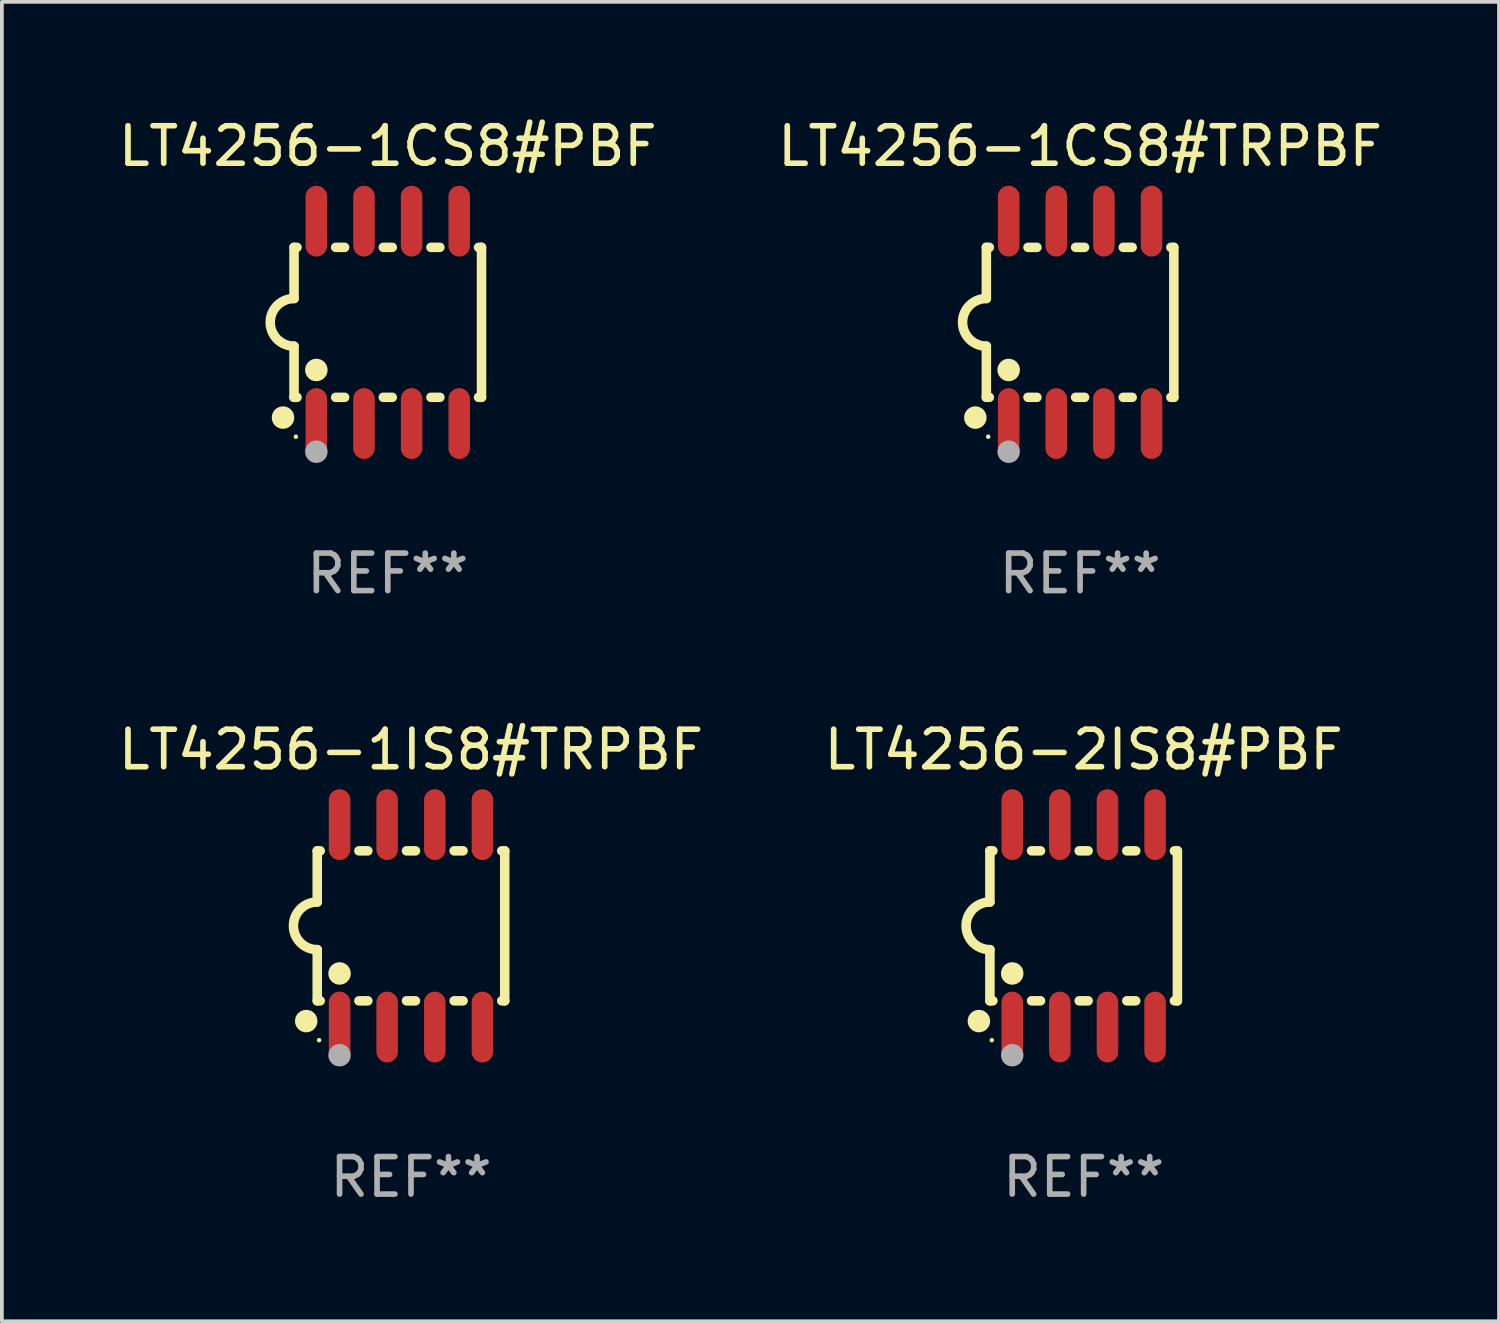
<source format=kicad_pcb>
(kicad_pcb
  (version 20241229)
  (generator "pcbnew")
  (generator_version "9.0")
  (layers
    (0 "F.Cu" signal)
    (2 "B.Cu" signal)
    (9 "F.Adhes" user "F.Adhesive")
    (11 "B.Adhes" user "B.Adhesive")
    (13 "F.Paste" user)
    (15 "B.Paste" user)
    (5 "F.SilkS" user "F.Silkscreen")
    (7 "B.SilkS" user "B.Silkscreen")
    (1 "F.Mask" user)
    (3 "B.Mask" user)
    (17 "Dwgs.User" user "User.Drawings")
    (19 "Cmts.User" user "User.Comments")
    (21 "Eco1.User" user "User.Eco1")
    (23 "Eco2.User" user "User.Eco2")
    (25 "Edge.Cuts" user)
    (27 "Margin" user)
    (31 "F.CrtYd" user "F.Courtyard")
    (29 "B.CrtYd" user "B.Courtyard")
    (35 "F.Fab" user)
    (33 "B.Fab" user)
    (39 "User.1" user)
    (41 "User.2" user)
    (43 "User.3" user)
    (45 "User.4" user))
  (footprint "LT4256-1CS8#PBF"
    (layer "F.Cu")
    (at 7.292 5.547)
    (property "Reference" "LT4256-1CS8#PBF" (at 0 -4.699 0) (layer "F.SilkS") (effects (font (size 1 1) (thickness 0.15))))
    (attr through_hole)
    (fp_line (start -2.5 -2) (end -2.5 -0.635) (stroke (width 0.254) (type solid)) (layer "F.SilkS"))
    (fp_line (start -2.5 -2) (end -2.421 -2) (stroke (width 0.254) (type solid)) (layer "F.SilkS"))
    (fp_line (start -2.5 2) (end -2.5 0.635) (stroke (width 0.254) (type solid)) (layer "F.SilkS"))
    (fp_line (start -2.5 2) (end -2.421 2) (stroke (width 0.254) (type solid)) (layer "F.SilkS"))
    (fp_line (start -1.389 -2) (end -1.151 -2) (stroke (width 0.254) (type solid)) (layer "F.SilkS"))
    (fp_line (start -1.389 2) (end -1.151 2) (stroke (width 0.254) (type solid)) (layer "F.SilkS"))
    (fp_line (start -0.119 -2) (end 0.119 -2) (stroke (width 0.254) (type solid)) (layer "F.SilkS"))
    (fp_line (start -0.119 2) (end 0.119 2) (stroke (width 0.254) (type solid)) (layer "F.SilkS"))
    (fp_line (start 1.151 -2) (end 1.389 -2) (stroke (width 0.254) (type solid)) (layer "F.SilkS"))
    (fp_line (start 1.151 2) (end 1.389 2) (stroke (width 0.254) (type solid)) (layer "F.SilkS"))
    (fp_line (start 2.421 -2) (end 2.5 -2) (stroke (width 0.254) (type solid)) (layer "F.SilkS"))
    (fp_line (start 2.421 2) (end 2.5 2) (stroke (width 0.254) (type solid)) (layer "F.SilkS"))
    (fp_line (start 2.5 -2) (end 2.5 2) (stroke (width 0.254) (type solid)) (layer "F.SilkS"))
    (fp_arc (start -2.5 0.635001) (mid -3.134366 -0.000318) (end -2.499365 -0.635001) (stroke (width 0.254001) (type solid)) (layer "F.SilkS"))
    (fp_circle (center -2.794 2.54) (end -2.644 2.54) (stroke (width 0.3) (type solid)) (fill no) (layer "F.SilkS"))
    (fp_circle (center -2.45 3.05) (end -2.42 3.05) (stroke (width 0.06) (type solid)) (fill no) (layer "F.SilkS"))
    (fp_circle (center -1.905 1.27) (end -1.755 1.27) (stroke (width 0.3) (type solid)) (fill no) (layer "F.SilkS"))
    (fp_circle (center -1.905 3.45) (end -1.755 3.45) (stroke (width 0.3) (type solid)) (fill no) (layer "F.Fab"))
    (fp_text user "REF**" (at 0 6.699 0) (layer "F.Fab") (effects (font (size 1 1) (thickness 0.15))))
    (pad "1" smd oval (at -1.905 2.699) (size 0.574 1.888) (layers "F.Cu" "F.Mask" "F.Paste"))
    (pad "2" smd oval (at -0.635 2.699) (size 0.574 1.888) (layers "F.Cu" "F.Mask" "F.Paste"))
    (pad "3" smd oval (at 0.635 2.699) (size 0.574 1.888) (layers "F.Cu" "F.Mask" "F.Paste"))
    (pad "4" smd oval (at 1.905 2.699) (size 0.574 1.888) (layers "F.Cu" "F.Mask" "F.Paste"))
    (pad "5" smd oval (at 1.905 -2.699) (size 0.574 1.888) (layers "F.Cu" "F.Mask" "F.Paste"))
    (pad "6" smd oval (at 0.635 -2.699) (size 0.574 1.888) (layers "F.Cu" "F.Mask" "F.Paste"))
    (pad "7" smd oval (at -0.635 -2.699) (size 0.574 1.888) (layers "F.Cu" "F.Mask" "F.Paste"))
    (pad "8" smd oval (at -1.905 -2.699) (size 0.574 1.888) (layers "F.Cu" "F.Mask" "F.Paste")))
  (footprint "LT4256-1IS8#TRPBF"
    (layer "F.Cu")
    (at 7.911 21.642)
    (property "Reference" "LT4256-1IS8#TRPBF" (at 0 -4.699 0) (layer "F.SilkS") (effects (font (size 1 1) (thickness 0.15))))
    (attr through_hole)
    (fp_line (start -2.5 -2) (end -2.5 -0.635) (stroke (width 0.254) (type solid)) (layer "F.SilkS"))
    (fp_line (start -2.5 -2) (end -2.421 -2) (stroke (width 0.254) (type solid)) (layer "F.SilkS"))
    (fp_line (start -2.5 2) (end -2.5 0.635) (stroke (width 0.254) (type solid)) (layer "F.SilkS"))
    (fp_line (start -2.5 2) (end -2.421 2) (stroke (width 0.254) (type solid)) (layer "F.SilkS"))
    (fp_line (start -1.389 -2) (end -1.151 -2) (stroke (width 0.254) (type solid)) (layer "F.SilkS"))
    (fp_line (start -1.389 2) (end -1.151 2) (stroke (width 0.254) (type solid)) (layer "F.SilkS"))
    (fp_line (start -0.119 -2) (end 0.119 -2) (stroke (width 0.254) (type solid)) (layer "F.SilkS"))
    (fp_line (start -0.119 2) (end 0.119 2) (stroke (width 0.254) (type solid)) (layer "F.SilkS"))
    (fp_line (start 1.151 -2) (end 1.389 -2) (stroke (width 0.254) (type solid)) (layer "F.SilkS"))
    (fp_line (start 1.151 2) (end 1.389 2) (stroke (width 0.254) (type solid)) (layer "F.SilkS"))
    (fp_line (start 2.421 -2) (end 2.5 -2) (stroke (width 0.254) (type solid)) (layer "F.SilkS"))
    (fp_line (start 2.421 2) (end 2.5 2) (stroke (width 0.254) (type solid)) (layer "F.SilkS"))
    (fp_line (start 2.5 -2) (end 2.5 2) (stroke (width 0.254) (type solid)) (layer "F.SilkS"))
    (fp_arc (start -2.5 0.635001) (mid -3.134366 -0.000318) (end -2.499365 -0.635001) (stroke (width 0.254001) (type solid)) (layer "F.SilkS"))
    (fp_circle (center -2.794 2.54) (end -2.644 2.54) (stroke (width 0.3) (type solid)) (fill no) (layer "F.SilkS"))
    (fp_circle (center -2.45 3.05) (end -2.42 3.05) (stroke (width 0.06) (type solid)) (fill no) (layer "F.SilkS"))
    (fp_circle (center -1.905 1.27) (end -1.755 1.27) (stroke (width 0.3) (type solid)) (fill no) (layer "F.SilkS"))
    (fp_circle (center -1.905 3.45) (end -1.755 3.45) (stroke (width 0.3) (type solid)) (fill no) (layer "F.Fab"))
    (fp_text user "REF**" (at 0 6.699 0) (layer "F.Fab") (effects (font (size 1 1) (thickness 0.15))))
    (pad "1" smd oval (at -1.905 2.699) (size 0.574 1.888) (layers "F.Cu" "F.Mask" "F.Paste"))
    (pad "2" smd oval (at -0.635 2.699) (size 0.574 1.888) (layers "F.Cu" "F.Mask" "F.Paste"))
    (pad "3" smd oval (at 0.635 2.699) (size 0.574 1.888) (layers "F.Cu" "F.Mask" "F.Paste"))
    (pad "4" smd oval (at 1.905 2.699) (size 0.574 1.888) (layers "F.Cu" "F.Mask" "F.Paste"))
    (pad "5" smd oval (at 1.905 -2.699) (size 0.574 1.888) (layers "F.Cu" "F.Mask" "F.Paste"))
    (pad "6" smd oval (at 0.635 -2.699) (size 0.574 1.888) (layers "F.Cu" "F.Mask" "F.Paste"))
    (pad "7" smd oval (at -0.635 -2.699) (size 0.574 1.888) (layers "F.Cu" "F.Mask" "F.Paste"))
    (pad "8" smd oval (at -1.905 -2.699) (size 0.574 1.888) (layers "F.Cu" "F.Mask" "F.Paste")))
  (footprint "LT4256-1CS8#TRPBF"
    (layer "F.Cu")
    (at 25.756 5.547)
    (property "Reference" "LT4256-1CS8#TRPBF" (at 0 -4.699 0) (layer "F.SilkS") (effects (font (size 1 1) (thickness 0.15))))
    (attr through_hole)
    (fp_line (start -2.5 -2) (end -2.5 -0.635) (stroke (width 0.254) (type solid)) (layer "F.SilkS"))
    (fp_line (start -2.5 -2) (end -2.421 -2) (stroke (width 0.254) (type solid)) (layer "F.SilkS"))
    (fp_line (start -2.5 2) (end -2.5 0.635) (stroke (width 0.254) (type solid)) (layer "F.SilkS"))
    (fp_line (start -2.5 2) (end -2.421 2) (stroke (width 0.254) (type solid)) (layer "F.SilkS"))
    (fp_line (start -1.389 -2) (end -1.151 -2) (stroke (width 0.254) (type solid)) (layer "F.SilkS"))
    (fp_line (start -1.389 2) (end -1.151 2) (stroke (width 0.254) (type solid)) (layer "F.SilkS"))
    (fp_line (start -0.119 -2) (end 0.119 -2) (stroke (width 0.254) (type solid)) (layer "F.SilkS"))
    (fp_line (start -0.119 2) (end 0.119 2) (stroke (width 0.254) (type solid)) (layer "F.SilkS"))
    (fp_line (start 1.151 -2) (end 1.389 -2) (stroke (width 0.254) (type solid)) (layer "F.SilkS"))
    (fp_line (start 1.151 2) (end 1.389 2) (stroke (width 0.254) (type solid)) (layer "F.SilkS"))
    (fp_line (start 2.421 -2) (end 2.5 -2) (stroke (width 0.254) (type solid)) (layer "F.SilkS"))
    (fp_line (start 2.421 2) (end 2.5 2) (stroke (width 0.254) (type solid)) (layer "F.SilkS"))
    (fp_line (start 2.5 -2) (end 2.5 2) (stroke (width 0.254) (type solid)) (layer "F.SilkS"))
    (fp_arc (start -2.5 0.635001) (mid -3.134366 -0.000318) (end -2.499365 -0.635001) (stroke (width 0.254001) (type solid)) (layer "F.SilkS"))
    (fp_circle (center -2.794 2.54) (end -2.644 2.54) (stroke (width 0.3) (type solid)) (fill no) (layer "F.SilkS"))
    (fp_circle (center -2.45 3.05) (end -2.42 3.05) (stroke (width 0.06) (type solid)) (fill no) (layer "F.SilkS"))
    (fp_circle (center -1.905 1.27) (end -1.755 1.27) (stroke (width 0.3) (type solid)) (fill no) (layer "F.SilkS"))
    (fp_circle (center -1.905 3.45) (end -1.755 3.45) (stroke (width 0.3) (type solid)) (fill no) (layer "F.Fab"))
    (fp_text user "REF**" (at 0 6.699 0) (layer "F.Fab") (effects (font (size 1 1) (thickness 0.15))))
    (pad "1" smd oval (at -1.905 2.699) (size 0.574 1.888) (layers "F.Cu" "F.Mask" "F.Paste"))
    (pad "2" smd oval (at -0.635 2.699) (size 0.574 1.888) (layers "F.Cu" "F.Mask" "F.Paste"))
    (pad "3" smd oval (at 0.635 2.699) (size 0.574 1.888) (layers "F.Cu" "F.Mask" "F.Paste"))
    (pad "4" smd oval (at 1.905 2.699) (size 0.574 1.888) (layers "F.Cu" "F.Mask" "F.Paste"))
    (pad "5" smd oval (at 1.905 -2.699) (size 0.574 1.888) (layers "F.Cu" "F.Mask" "F.Paste"))
    (pad "6" smd oval (at 0.635 -2.699) (size 0.574 1.888) (layers "F.Cu" "F.Mask" "F.Paste"))
    (pad "7" smd oval (at -0.635 -2.699) (size 0.574 1.888) (layers "F.Cu" "F.Mask" "F.Paste"))
    (pad "8" smd oval (at -1.905 -2.699) (size 0.574 1.888) (layers "F.Cu" "F.Mask" "F.Paste")))
  (footprint "LT4256-2IS8#PBF"
    (layer "F.Cu")
    (at 25.851 21.642)
    (property "Reference" "LT4256-2IS8#PBF" (at 0 -4.699 0) (layer "F.SilkS") (effects (font (size 1 1) (thickness 0.15))))
    (attr through_hole)
    (fp_line (start -2.5 -2) (end -2.5 -0.635) (stroke (width 0.254) (type solid)) (layer "F.SilkS"))
    (fp_line (start -2.5 -2) (end -2.421 -2) (stroke (width 0.254) (type solid)) (layer "F.SilkS"))
    (fp_line (start -2.5 2) (end -2.5 0.635) (stroke (width 0.254) (type solid)) (layer "F.SilkS"))
    (fp_line (start -2.5 2) (end -2.421 2) (stroke (width 0.254) (type solid)) (layer "F.SilkS"))
    (fp_line (start -1.389 -2) (end -1.151 -2) (stroke (width 0.254) (type solid)) (layer "F.SilkS"))
    (fp_line (start -1.389 2) (end -1.151 2) (stroke (width 0.254) (type solid)) (layer "F.SilkS"))
    (fp_line (start -0.119 -2) (end 0.119 -2) (stroke (width 0.254) (type solid)) (layer "F.SilkS"))
    (fp_line (start -0.119 2) (end 0.119 2) (stroke (width 0.254) (type solid)) (layer "F.SilkS"))
    (fp_line (start 1.151 -2) (end 1.389 -2) (stroke (width 0.254) (type solid)) (layer "F.SilkS"))
    (fp_line (start 1.151 2) (end 1.389 2) (stroke (width 0.254) (type solid)) (layer "F.SilkS"))
    (fp_line (start 2.421 -2) (end 2.5 -2) (stroke (width 0.254) (type solid)) (layer "F.SilkS"))
    (fp_line (start 2.421 2) (end 2.5 2) (stroke (width 0.254) (type solid)) (layer "F.SilkS"))
    (fp_line (start 2.5 -2) (end 2.5 2) (stroke (width 0.254) (type solid)) (layer "F.SilkS"))
    (fp_arc (start -2.5 0.635001) (mid -3.134366 -0.000318) (end -2.499365 -0.635001) (stroke (width 0.254001) (type solid)) (layer "F.SilkS"))
    (fp_circle (center -2.794 2.54) (end -2.644 2.54) (stroke (width 0.3) (type solid)) (fill no) (layer "F.SilkS"))
    (fp_circle (center -2.45 3.05) (end -2.42 3.05) (stroke (width 0.06) (type solid)) (fill no) (layer "F.SilkS"))
    (fp_circle (center -1.905 1.27) (end -1.755 1.27) (stroke (width 0.3) (type solid)) (fill no) (layer "F.SilkS"))
    (fp_circle (center -1.905 3.45) (end -1.755 3.45) (stroke (width 0.3) (type solid)) (fill no) (layer "F.Fab"))
    (fp_text user "REF**" (at 0 6.699 0) (layer "F.Fab") (effects (font (size 1 1) (thickness 0.15))))
    (pad "1" smd oval (at -1.905 2.699) (size 0.574 1.888) (layers "F.Cu" "F.Mask" "F.Paste"))
    (pad "2" smd oval (at -0.635 2.699) (size 0.574 1.888) (layers "F.Cu" "F.Mask" "F.Paste"))
    (pad "3" smd oval (at 0.635 2.699) (size 0.574 1.888) (layers "F.Cu" "F.Mask" "F.Paste"))
    (pad "4" smd oval (at 1.905 2.699) (size 0.574 1.888) (layers "F.Cu" "F.Mask" "F.Paste"))
    (pad "5" smd oval (at 1.905 -2.699) (size 0.574 1.888) (layers "F.Cu" "F.Mask" "F.Paste"))
    (pad "6" smd oval (at 0.635 -2.699) (size 0.574 1.888) (layers "F.Cu" "F.Mask" "F.Paste"))
    (pad "7" smd oval (at -0.635 -2.699) (size 0.574 1.888) (layers "F.Cu" "F.Mask" "F.Paste"))
    (pad "8" smd oval (at -1.905 -2.699) (size 0.574 1.888) (layers "F.Cu" "F.Mask" "F.Paste")))
  (gr_rect
    (start -3 -3)
    (end 36.929 32.189)
    (stroke (width 0.1) (type default))
    (fill no)
    (layer "Edge.Cuts")))
</source>
